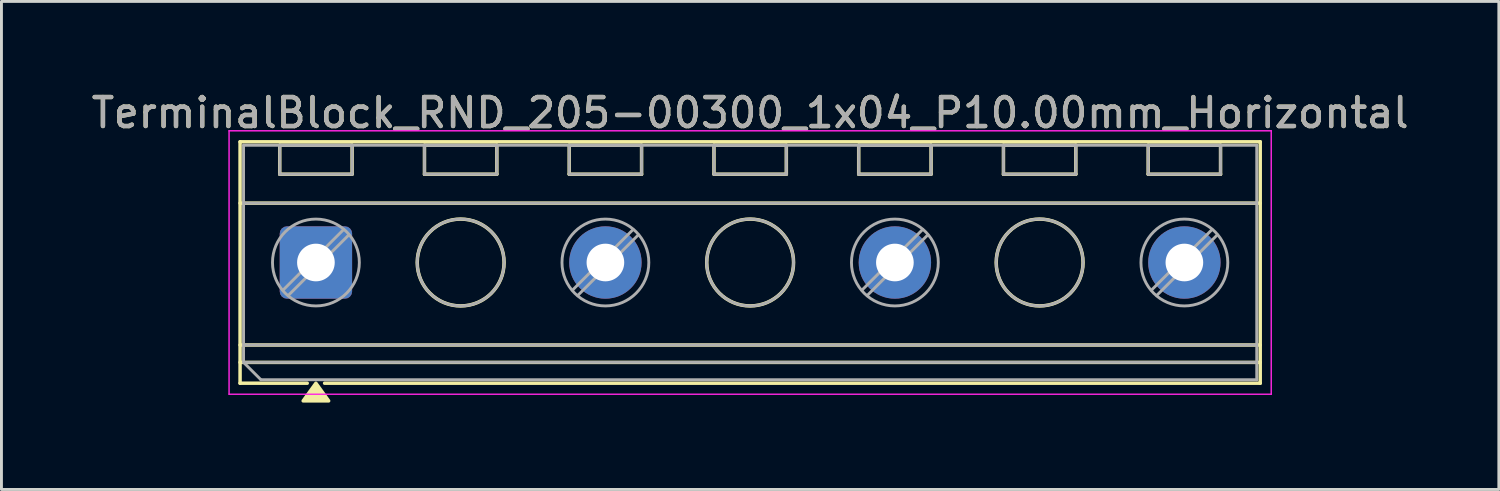
<source format=kicad_pcb>
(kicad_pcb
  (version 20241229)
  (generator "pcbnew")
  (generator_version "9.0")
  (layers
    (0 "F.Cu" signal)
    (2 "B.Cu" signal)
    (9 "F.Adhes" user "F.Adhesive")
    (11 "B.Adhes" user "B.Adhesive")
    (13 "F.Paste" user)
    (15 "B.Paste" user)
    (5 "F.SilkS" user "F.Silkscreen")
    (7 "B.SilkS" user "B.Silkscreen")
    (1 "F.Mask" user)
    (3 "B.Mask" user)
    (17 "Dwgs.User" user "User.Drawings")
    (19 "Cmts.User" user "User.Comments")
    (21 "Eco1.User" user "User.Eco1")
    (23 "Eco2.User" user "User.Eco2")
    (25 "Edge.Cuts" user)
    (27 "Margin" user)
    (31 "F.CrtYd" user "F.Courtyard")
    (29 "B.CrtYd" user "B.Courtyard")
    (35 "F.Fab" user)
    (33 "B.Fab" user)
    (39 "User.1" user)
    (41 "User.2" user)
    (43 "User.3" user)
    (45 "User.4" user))
  (footprint "TerminalBlock_RND_205-00300_1x04_P10.00mm_Horizontal"
    (layer "F.Cu")
    (at 7.863 6.018)
    (property "Reference" "TerminalBlock_RND_205-00300_1x04_P10.00mm_Horizontal" (at 15 -5.17 0) (layer "F.SilkS") (effects (font (size 1 1) (thickness 0.15))))
    (attr through_hole)
    (fp_line (start -2.62 -4.17) (end -2.62 4.17) (stroke (width 0.12) (type solid)) (layer "F.SilkS"))
    (fp_line (start -2.62 -4.17) (end 32.62 -4.17) (stroke (width 0.12) (type solid)) (layer "F.SilkS"))
    (fp_line (start -2.62 -2.05) (end 32.62 -2.05) (stroke (width 0.12) (type solid)) (layer "F.SilkS"))
    (fp_line (start -2.62 2.85) (end 32.62 2.85) (stroke (width 0.12) (type solid)) (layer "F.SilkS"))
    (fp_line (start -2.62 3.45) (end 32.62 3.45) (stroke (width 0.12) (type solid)) (layer "F.SilkS"))
    (fp_line (start -2.62 4.17) (end -0.3 4.17) (stroke (width 0.12) (type solid)) (layer "F.SilkS"))
    (fp_line (start -1.25 -4.05) (end -1.25 -3.05) (stroke (width 0.12) (type solid)) (layer "F.SilkS"))
    (fp_line (start -1.25 -4.05) (end 1.25 -4.05) (stroke (width 0.12) (type solid)) (layer "F.SilkS"))
    (fp_line (start -1.25 -3.05) (end 1.25 -3.05) (stroke (width 0.12) (type solid)) (layer "F.SilkS"))
    (fp_line (start 0.3 4.17) (end 32.62 4.17) (stroke (width 0.12) (type solid)) (layer "F.SilkS"))
    (fp_line (start 1.25 -4.05) (end 1.25 -3.05) (stroke (width 0.12) (type solid)) (layer "F.SilkS"))
    (fp_line (start 3.75 -4.05) (end 3.75 -3.05) (stroke (width 0.12) (type solid)) (layer "F.SilkS"))
    (fp_line (start 3.75 -4.05) (end 6.25 -4.05) (stroke (width 0.12) (type solid)) (layer "F.SilkS"))
    (fp_line (start 3.75 -3.05) (end 6.25 -3.05) (stroke (width 0.12) (type solid)) (layer "F.SilkS"))
    (fp_line (start 6.25 -4.05) (end 6.25 -3.05) (stroke (width 0.12) (type solid)) (layer "F.SilkS"))
    (fp_line (start 8.75 -4.05) (end 8.75 -3.05) (stroke (width 0.12) (type solid)) (layer "F.SilkS"))
    (fp_line (start 8.75 -4.05) (end 11.25 -4.05) (stroke (width 0.12) (type solid)) (layer "F.SilkS"))
    (fp_line (start 8.75 -3.05) (end 11.25 -3.05) (stroke (width 0.12) (type solid)) (layer "F.SilkS"))
    (fp_line (start 11.25 -4.05) (end 11.25 -3.05) (stroke (width 0.12) (type solid)) (layer "F.SilkS"))
    (fp_line (start 13.75 -4.05) (end 13.75 -3.05) (stroke (width 0.12) (type solid)) (layer "F.SilkS"))
    (fp_line (start 13.75 -4.05) (end 16.25 -4.05) (stroke (width 0.12) (type solid)) (layer "F.SilkS"))
    (fp_line (start 13.75 -3.05) (end 16.25 -3.05) (stroke (width 0.12) (type solid)) (layer "F.SilkS"))
    (fp_line (start 16.25 -4.05) (end 16.25 -3.05) (stroke (width 0.12) (type solid)) (layer "F.SilkS"))
    (fp_line (start 18.75 -4.05) (end 18.75 -3.05) (stroke (width 0.12) (type solid)) (layer "F.SilkS"))
    (fp_line (start 18.75 -4.05) (end 21.25 -4.05) (stroke (width 0.12) (type solid)) (layer "F.SilkS"))
    (fp_line (start 18.75 -3.05) (end 21.25 -3.05) (stroke (width 0.12) (type solid)) (layer "F.SilkS"))
    (fp_line (start 21.25 -4.05) (end 21.25 -3.05) (stroke (width 0.12) (type solid)) (layer "F.SilkS"))
    (fp_line (start 23.75 -4.05) (end 23.75 -3.05) (stroke (width 0.12) (type solid)) (layer "F.SilkS"))
    (fp_line (start 23.75 -4.05) (end 26.25 -4.05) (stroke (width 0.12) (type solid)) (layer "F.SilkS"))
    (fp_line (start 23.75 -3.05) (end 26.25 -3.05) (stroke (width 0.12) (type solid)) (layer "F.SilkS"))
    (fp_line (start 26.25 -4.05) (end 26.25 -3.05) (stroke (width 0.12) (type solid)) (layer "F.SilkS"))
    (fp_line (start 28.75 -4.05) (end 28.75 -3.05) (stroke (width 0.12) (type solid)) (layer "F.SilkS"))
    (fp_line (start 28.75 -4.05) (end 31.25 -4.05) (stroke (width 0.12) (type solid)) (layer "F.SilkS"))
    (fp_line (start 28.75 -3.05) (end 31.25 -3.05) (stroke (width 0.12) (type solid)) (layer "F.SilkS"))
    (fp_line (start 31.25 -4.05) (end 31.25 -3.05) (stroke (width 0.12) (type solid)) (layer "F.SilkS"))
    (fp_line (start 32.62 -4.17) (end 32.62 4.17) (stroke (width 0.12) (type solid)) (layer "F.SilkS"))
    (fp_circle (center 5 0) (end 6.5 0) (stroke (width 0.12) (type solid)) (fill no) (layer "F.SilkS"))
    (fp_circle (center 15 0) (end 16.5 0) (stroke (width 0.12) (type solid)) (fill no) (layer "F.SilkS"))
    (fp_circle (center 25 0) (end 26.5 0) (stroke (width 0.12) (type solid)) (fill no) (layer "F.SilkS"))
    (fp_poly (pts (xy 0 4.17) (xy 0.44 4.78) (xy -0.44 4.78)) (stroke (width 0.12) (type solid)) (fill yes) (layer "F.SilkS"))
    (fp_line (start -3 -4.55) (end -3 4.55) (stroke (width 0.05) (type solid)) (layer "F.CrtYd"))
    (fp_line (start -3 4.55) (end 33 4.55) (stroke (width 0.05) (type solid)) (layer "F.CrtYd"))
    (fp_line (start 33 -4.55) (end -3 -4.55) (stroke (width 0.05) (type solid)) (layer "F.CrtYd"))
    (fp_line (start 33 4.55) (end 33 -4.55) (stroke (width 0.05) (type solid)) (layer "F.CrtYd"))
    (fp_line (start -2.5 -4.05) (end 32.5 -4.05) (stroke (width 0.1) (type solid)) (layer "F.Fab"))
    (fp_line (start -2.5 -2.05) (end 32.5 -2.05) (stroke (width 0.1) (type solid)) (layer "F.Fab"))
    (fp_line (start -2.5 2.85) (end 32.5 2.85) (stroke (width 0.1) (type solid)) (layer "F.Fab"))
    (fp_line (start -2.5 3.45) (end -2.5 -4.05) (stroke (width 0.1) (type solid)) (layer "F.Fab"))
    (fp_line (start -2.5 3.45) (end 32.5 3.45) (stroke (width 0.1) (type solid)) (layer "F.Fab"))
    (fp_line (start -1.9 4.05) (end -2.5 3.45) (stroke (width 0.1) (type solid)) (layer "F.Fab"))
    (fp_line (start -1.25 -4.05) (end -1.25 -3.05) (stroke (width 0.1) (type solid)) (layer "F.Fab"))
    (fp_line (start -1.25 -3.05) (end 1.25 -3.05) (stroke (width 0.1) (type solid)) (layer "F.Fab"))
    (fp_line (start 0.955 -1.138) (end -1.138 0.955) (stroke (width 0.1) (type solid)) (layer "F.Fab"))
    (fp_line (start 1.138 -0.955) (end -0.955 1.138) (stroke (width 0.1) (type solid)) (layer "F.Fab"))
    (fp_line (start 1.25 -4.05) (end -1.25 -4.05) (stroke (width 0.1) (type solid)) (layer "F.Fab"))
    (fp_line (start 1.25 -3.05) (end 1.25 -4.05) (stroke (width 0.1) (type solid)) (layer "F.Fab"))
    (fp_line (start 3.75 -4.05) (end 3.75 -3.05) (stroke (width 0.1) (type solid)) (layer "F.Fab"))
    (fp_line (start 3.75 -3.05) (end 6.25 -3.05) (stroke (width 0.1) (type solid)) (layer "F.Fab"))
    (fp_line (start 6.25 -4.05) (end 3.75 -4.05) (stroke (width 0.1) (type solid)) (layer "F.Fab"))
    (fp_line (start 6.25 -3.05) (end 6.25 -4.05) (stroke (width 0.1) (type solid)) (layer "F.Fab"))
    (fp_line (start 8.75 -4.05) (end 8.75 -3.05) (stroke (width 0.1) (type solid)) (layer "F.Fab"))
    (fp_line (start 8.75 -3.05) (end 11.25 -3.05) (stroke (width 0.1) (type solid)) (layer "F.Fab"))
    (fp_line (start 10.955 -1.138) (end 8.862 0.955) (stroke (width 0.1) (type solid)) (layer "F.Fab"))
    (fp_line (start 11.138 -0.955) (end 9.045 1.138) (stroke (width 0.1) (type solid)) (layer "F.Fab"))
    (fp_line (start 11.25 -4.05) (end 8.75 -4.05) (stroke (width 0.1) (type solid)) (layer "F.Fab"))
    (fp_line (start 11.25 -3.05) (end 11.25 -4.05) (stroke (width 0.1) (type solid)) (layer "F.Fab"))
    (fp_line (start 13.75 -4.05) (end 13.75 -3.05) (stroke (width 0.1) (type solid)) (layer "F.Fab"))
    (fp_line (start 13.75 -3.05) (end 16.25 -3.05) (stroke (width 0.1) (type solid)) (layer "F.Fab"))
    (fp_line (start 16.25 -4.05) (end 13.75 -4.05) (stroke (width 0.1) (type solid)) (layer "F.Fab"))
    (fp_line (start 16.25 -3.05) (end 16.25 -4.05) (stroke (width 0.1) (type solid)) (layer "F.Fab"))
    (fp_line (start 18.75 -4.05) (end 18.75 -3.05) (stroke (width 0.1) (type solid)) (layer "F.Fab"))
    (fp_line (start 18.75 -3.05) (end 21.25 -3.05) (stroke (width 0.1) (type solid)) (layer "F.Fab"))
    (fp_line (start 20.955 -1.138) (end 18.862 0.955) (stroke (width 0.1) (type solid)) (layer "F.Fab"))
    (fp_line (start 21.138 -0.955) (end 19.045 1.138) (stroke (width 0.1) (type solid)) (layer "F.Fab"))
    (fp_line (start 21.25 -4.05) (end 18.75 -4.05) (stroke (width 0.1) (type solid)) (layer "F.Fab"))
    (fp_line (start 21.25 -3.05) (end 21.25 -4.05) (stroke (width 0.1) (type solid)) (layer "F.Fab"))
    (fp_line (start 23.75 -4.05) (end 23.75 -3.05) (stroke (width 0.1) (type solid)) (layer "F.Fab"))
    (fp_line (start 23.75 -3.05) (end 26.25 -3.05) (stroke (width 0.1) (type solid)) (layer "F.Fab"))
    (fp_line (start 26.25 -4.05) (end 23.75 -4.05) (stroke (width 0.1) (type solid)) (layer "F.Fab"))
    (fp_line (start 26.25 -3.05) (end 26.25 -4.05) (stroke (width 0.1) (type solid)) (layer "F.Fab"))
    (fp_line (start 28.75 -4.05) (end 28.75 -3.05) (stroke (width 0.1) (type solid)) (layer "F.Fab"))
    (fp_line (start 28.75 -3.05) (end 31.25 -3.05) (stroke (width 0.1) (type solid)) (layer "F.Fab"))
    (fp_line (start 30.955 -1.138) (end 28.862 0.955) (stroke (width 0.1) (type solid)) (layer "F.Fab"))
    (fp_line (start 31.138 -0.955) (end 29.045 1.138) (stroke (width 0.1) (type solid)) (layer "F.Fab"))
    (fp_line (start 31.25 -4.05) (end 28.75 -4.05) (stroke (width 0.1) (type solid)) (layer "F.Fab"))
    (fp_line (start 31.25 -3.05) (end 31.25 -4.05) (stroke (width 0.1) (type solid)) (layer "F.Fab"))
    (fp_line (start 32.5 -4.05) (end 32.5 4.05) (stroke (width 0.1) (type solid)) (layer "F.Fab"))
    (fp_line (start 32.5 4.05) (end -1.9 4.05) (stroke (width 0.1) (type solid)) (layer "F.Fab"))
    (fp_circle (center 0 0) (end 1.5 0) (stroke (width 0.1) (type solid)) (fill no) (layer "F.Fab"))
    (fp_circle (center 5 0) (end 6.5 0) (stroke (width 0.1) (type solid)) (fill no) (layer "F.Fab"))
    (fp_circle (center 10 0) (end 11.5 0) (stroke (width 0.1) (type solid)) (fill no) (layer "F.Fab"))
    (fp_circle (center 15 0) (end 16.5 0) (stroke (width 0.1) (type solid)) (fill no) (layer "F.Fab"))
    (fp_circle (center 20 0) (end 21.5 0) (stroke (width 0.1) (type solid)) (fill no) (layer "F.Fab"))
    (fp_circle (center 25 0) (end 26.5 0) (stroke (width 0.1) (type solid)) (fill no) (layer "F.Fab"))
    (fp_circle (center 30 0) (end 31.5 0) (stroke (width 0.1) (type solid)) (fill no) (layer "F.Fab"))
    (fp_text user "${REFERENCE}" (at 15 -5.17 0) (layer "F.Fab") (effects (font (size 1 1) (thickness 0.15))))
    (pad "1" thru_hole roundrect (at 0 0) (size 2.5 2.5) (drill 1.3) (layers "*.Cu" "*.Mask") (roundrect_rratio 0.1))
    (pad "2" thru_hole circle (at 10 0) (size 2.5 2.5) (drill 1.3) (layers "*.Cu" "*.Mask"))
    (pad "3" thru_hole circle (at 20 0) (size 2.5 2.5) (drill 1.3) (layers "*.Cu" "*.Mask"))
    (pad "4" thru_hole circle (at 30 0) (size 2.5 2.5) (drill 1.3) (layers "*.Cu" "*.Mask")))
  (gr_rect
    (start -3 -3)
    (end 48.726 13.858)
    (stroke (width 0.1) (type default))
    (fill no)
    (layer "Edge.Cuts")))
</source>
